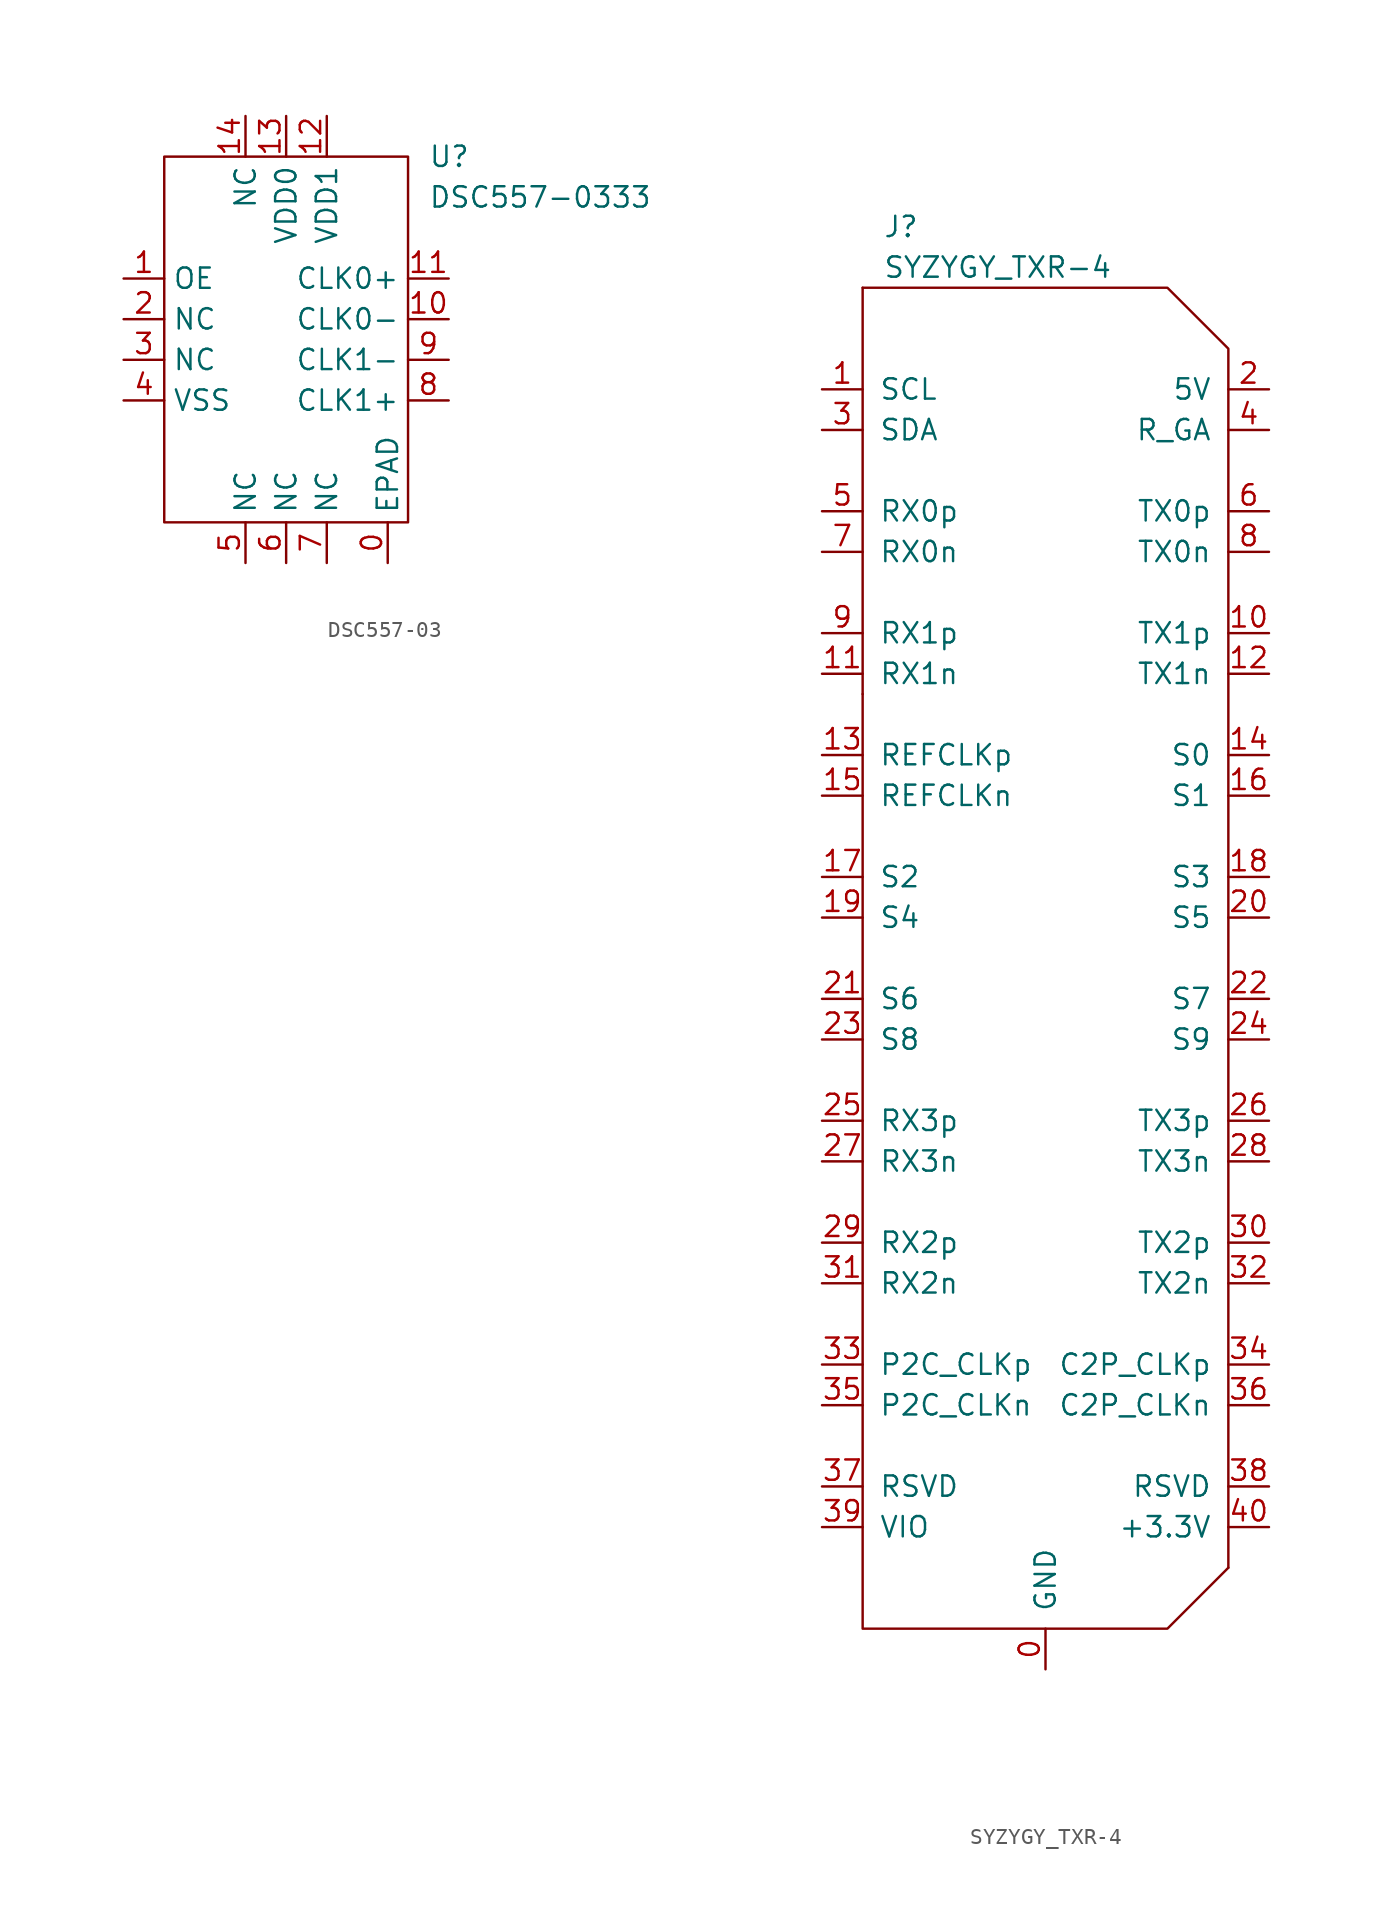
<source format=kicad_sym>
(kicad_symbol_lib
  (version 20220914)
  (generator kicad_symbol_editor)
  (symbol "DSC557-03"
    (property "Reference" "U"
      (at 8.89 -5.08 0)
      (effects (font (size 1.27 1.27)) (justify left)))
    (property "Value" "DSC557-0333"
      (at 8.89 -7.62 0)
      (effects (font (size 1.27 1.27)) (justify left)))
    (symbol "DSC557-03_0_1"
      (rectangle (start -7.62 -5.08) (end 7.62 -27.94) (stroke (width 0) (type default)) (fill (type none))))
    (symbol "DSC557-03_1_0"
      (pin passive line (at 6.35 -30.48 90) (length 2.54) (name "EPAD" (effects (font (size 1.27 1.27)))) (number "0" (effects (font (size 1.27 1.27)))))
      (pin input line (at -10.16 -12.7 0) (length 2.54) (name "OE" (effects (font (size 1.27 1.27)))) (number "1" (effects (font (size 1.27 1.27)))))
      (pin output line (at 10.16 -15.24 180) (length 2.54) (name "CLK0-" (effects (font (size 1.27 1.27)))) (number "10" (effects (font (size 1.27 1.27)))))
      (pin output line (at 10.16 -12.7 180) (length 2.54) (name "CLK0+" (effects (font (size 1.27 1.27)))) (number "11" (effects (font (size 1.27 1.27)))))
      (pin power_in line (at 2.54 -2.54 270) (length 2.54) (name "VDD1" (effects (font (size 1.27 1.27)))) (number "12" (effects (font (size 1.27 1.27)))))
      (pin power_in line (at 0 -2.54 270) (length 2.54) (name "VDD0" (effects (font (size 1.27 1.27)))) (number "13" (effects (font (size 1.27 1.27)))))
      (pin passive line (at -2.54 -2.54 270) (length 2.54) (name "NC" (effects (font (size 1.27 1.27)))) (number "14" (effects (font (size 1.27 1.27)))))
      (pin passive line (at -10.16 -15.24 0) (length 2.54) (name "NC" (effects (font (size 1.27 1.27)))) (number "2" (effects (font (size 1.27 1.27)))))
      (pin passive line (at -10.16 -17.78 0) (length 2.54) (name "NC" (effects (font (size 1.27 1.27)))) (number "3" (effects (font (size 1.27 1.27)))))
      (pin power_in line (at -10.16 -20.32 0) (length 2.54) (name "VSS" (effects (font (size 1.27 1.27)))) (number "4" (effects (font (size 1.27 1.27)))))
      (pin passive line (at -2.54 -30.48 90) (length 2.54) (name "NC" (effects (font (size 1.27 1.27)))) (number "5" (effects (font (size 1.27 1.27)))))
      (pin passive line (at 0 -30.48 90) (length 2.54) (name "NC" (effects (font (size 1.27 1.27)))) (number "6" (effects (font (size 1.27 1.27)))))
      (pin passive line (at 2.54 -30.48 90) (length 2.54) (name "NC" (effects (font (size 1.27 1.27)))) (number "7" (effects (font (size 1.27 1.27)))))
      (pin output line (at 10.16 -20.32 180) (length 2.54) (name "CLK1+" (effects (font (size 1.27 1.27)))) (number "8" (effects (font (size 1.27 1.27)))))
      (pin output line (at 10.16 -17.78 180) (length 2.54) (name "CLK1-" (effects (font (size 1.27 1.27)))) (number "9" (effects (font (size 1.27 1.27)))))))
  (symbol "SYZYGY_TXR-4"
    (pin_names
      (offset 1.016))
    (property "Reference" "J"
      (at -10.16 45.72 0)
      (effects (font (size 1.27 1.27)) (justify left)))
    (property "Value" "SYZYGY_TXR-4"
      (at -10.16 43.18 0)
      (effects (font (size 1.27 1.27)) (justify left)))
    (symbol "SYZYGY_TXR-4_0_1"
      (polyline (pts (xy -11.43 41.91) (xy -11.43 16.51)) (stroke (width 0) (type solid)) (fill (type none)))
      (polyline (pts (xy 11.43 -38.1) (xy 11.43 -12.7)) (stroke (width 0) (type solid)) (fill (type none)))
      (polyline (pts (xy -11.43 16.51) (xy -11.43 -41.91) (xy 7.62 -41.91) (xy 11.43 -38.1)) (stroke (width 0) (type solid)) (fill (type none)))
      (polyline (pts (xy 11.43 -12.7) (xy 11.43 38.1) (xy 7.62 41.91) (xy -11.43 41.91)) (stroke (width 0) (type solid)) (fill (type none))))
    (symbol "SYZYGY_TXR-4_1_1"
      (pin passive line (at 0 -44.45 90) (length 2.54) (name "GND" (effects (font (size 1.27 1.27)))) (number "0" (effects (font (size 1.27 1.27)))))
      (pin passive line (at -13.97 35.56 0) (length 2.54) (name "SCL" (effects (font (size 1.27 1.27)))) (number "1" (effects (font (size 1.27 1.27)))))
      (pin passive line (at 13.97 20.32 180) (length 2.54) (name "TX1p" (effects (font (size 1.27 1.27)))) (number "10" (effects (font (size 1.27 1.27)))))
      (pin passive line (at -13.97 17.78 0) (length 2.54) (name "RX1n" (effects (font (size 1.27 1.27)))) (number "11" (effects (font (size 1.27 1.27)))))
      (pin passive line (at 13.97 17.78 180) (length 2.54) (name "TX1n" (effects (font (size 1.27 1.27)))) (number "12" (effects (font (size 1.27 1.27)))))
      (pin passive line (at -13.97 12.7 0) (length 2.54) (name "REFCLKp" (effects (font (size 1.27 1.27)))) (number "13" (effects (font (size 1.27 1.27)))))
      (pin passive line (at 13.97 12.7 180) (length 2.54) (name "S0" (effects (font (size 1.27 1.27)))) (number "14" (effects (font (size 1.27 1.27)))))
      (pin passive line (at -13.97 10.16 0) (length 2.54) (name "REFCLKn" (effects (font (size 1.27 1.27)))) (number "15" (effects (font (size 1.27 1.27)))))
      (pin passive line (at 13.97 10.16 180) (length 2.54) (name "S1" (effects (font (size 1.27 1.27)))) (number "16" (effects (font (size 1.27 1.27)))))
      (pin passive line (at -13.97 5.08 0) (length 2.54) (name "S2" (effects (font (size 1.27 1.27)))) (number "17" (effects (font (size 1.27 1.27)))))
      (pin passive line (at 13.97 5.08 180) (length 2.54) (name "S3" (effects (font (size 1.27 1.27)))) (number "18" (effects (font (size 1.27 1.27)))))
      (pin passive line (at -13.97 2.54 0) (length 2.54) (name "S4" (effects (font (size 1.27 1.27)))) (number "19" (effects (font (size 1.27 1.27)))))
      (pin power_out line (at 13.97 35.56 180) (length 2.54) (name "5V" (effects (font (size 1.27 1.27)))) (number "2" (effects (font (size 1.27 1.27)))))
      (pin passive line (at 13.97 2.54 180) (length 2.54) (name "S5" (effects (font (size 1.27 1.27)))) (number "20" (effects (font (size 1.27 1.27)))))
      (pin passive line (at -13.97 -2.54 0) (length 2.54) (name "S6" (effects (font (size 1.27 1.27)))) (number "21" (effects (font (size 1.27 1.27)))))
      (pin passive line (at 13.97 -2.54 180) (length 2.54) (name "S7" (effects (font (size 1.27 1.27)))) (number "22" (effects (font (size 1.27 1.27)))))
      (pin passive line (at -13.97 -5.08 0) (length 2.54) (name "S8" (effects (font (size 1.27 1.27)))) (number "23" (effects (font (size 1.27 1.27)))))
      (pin passive line (at 13.97 -5.08 180) (length 2.54) (name "S9" (effects (font (size 1.27 1.27)))) (number "24" (effects (font (size 1.27 1.27)))))
      (pin passive line (at -13.97 -10.16 0) (length 2.54) (name "RX3p" (effects (font (size 1.27 1.27)))) (number "25" (effects (font (size 1.27 1.27)))))
      (pin passive line (at 13.97 -10.16 180) (length 2.54) (name "TX3p" (effects (font (size 1.27 1.27)))) (number "26" (effects (font (size 1.27 1.27)))))
      (pin passive line (at -13.97 -12.7 0) (length 2.54) (name "RX3n" (effects (font (size 1.27 1.27)))) (number "27" (effects (font (size 1.27 1.27)))))
      (pin passive line (at 13.97 -12.7 180) (length 2.54) (name "TX3n" (effects (font (size 1.27 1.27)))) (number "28" (effects (font (size 1.27 1.27)))))
      (pin passive line (at -13.97 -17.78 0) (length 2.54) (name "RX2p" (effects (font (size 1.27 1.27)))) (number "29" (effects (font (size 1.27 1.27)))))
      (pin passive line (at -13.97 33.02 0) (length 2.54) (name "SDA" (effects (font (size 1.27 1.27)))) (number "3" (effects (font (size 1.27 1.27)))))
      (pin passive line (at 13.97 -17.78 180) (length 2.54) (name "TX2p" (effects (font (size 1.27 1.27)))) (number "30" (effects (font (size 1.27 1.27)))))
      (pin passive line (at -13.97 -20.32 0) (length 2.54) (name "RX2n" (effects (font (size 1.27 1.27)))) (number "31" (effects (font (size 1.27 1.27)))))
      (pin passive line (at 13.97 -20.32 180) (length 2.54) (name "TX2n" (effects (font (size 1.27 1.27)))) (number "32" (effects (font (size 1.27 1.27)))))
      (pin passive line (at -13.97 -25.4 0) (length 2.54) (name "P2C_CLKp" (effects (font (size 1.27 1.27)))) (number "33" (effects (font (size 1.27 1.27)))))
      (pin passive line (at 13.97 -25.4 180) (length 2.54) (name "C2P_CLKp" (effects (font (size 1.27 1.27)))) (number "34" (effects (font (size 1.27 1.27)))))
      (pin passive line (at -13.97 -27.94 0) (length 2.54) (name "P2C_CLKn" (effects (font (size 1.27 1.27)))) (number "35" (effects (font (size 1.27 1.27)))))
      (pin passive line (at 13.97 -27.94 180) (length 2.54) (name "C2P_CLKn" (effects (font (size 1.27 1.27)))) (number "36" (effects (font (size 1.27 1.27)))))
      (pin passive line (at -13.97 -33.02 0) (length 2.54) (name "RSVD" (effects (font (size 1.27 1.27)))) (number "37" (effects (font (size 1.27 1.27)))))
      (pin passive line (at 13.97 -33.02 180) (length 2.54) (name "RSVD" (effects (font (size 1.27 1.27)))) (number "38" (effects (font (size 1.27 1.27)))))
      (pin power_out line (at -13.97 -35.56 0) (length 2.54) (name "VIO" (effects (font (size 1.27 1.27)))) (number "39" (effects (font (size 1.27 1.27)))))
      (pin passive line (at 13.97 33.02 180) (length 2.54) (name "R_GA" (effects (font (size 1.27 1.27)))) (number "4" (effects (font (size 1.27 1.27)))))
      (pin power_out line (at 13.97 -35.56 180) (length 2.54) (name "+3.3V" (effects (font (size 1.27 1.27)))) (number "40" (effects (font (size 1.27 1.27)))))
      (pin passive line (at -13.97 27.94 0) (length 2.54) (name "RX0p" (effects (font (size 1.27 1.27)))) (number "5" (effects (font (size 1.27 1.27)))))
      (pin passive line (at 13.97 27.94 180) (length 2.54) (name "TX0p" (effects (font (size 1.27 1.27)))) (number "6" (effects (font (size 1.27 1.27)))))
      (pin passive line (at -13.97 25.4 0) (length 2.54) (name "RX0n" (effects (font (size 1.27 1.27)))) (number "7" (effects (font (size 1.27 1.27)))))
      (pin passive line (at 13.97 25.4 180) (length 2.54) (name "TX0n" (effects (font (size 1.27 1.27)))) (number "8" (effects (font (size 1.27 1.27)))))
      (pin passive line (at -13.97 20.32 0) (length 2.54) (name "RX1p" (effects (font (size 1.27 1.27)))) (number "9" (effects (font (size 1.27 1.27))))))))
</source>
